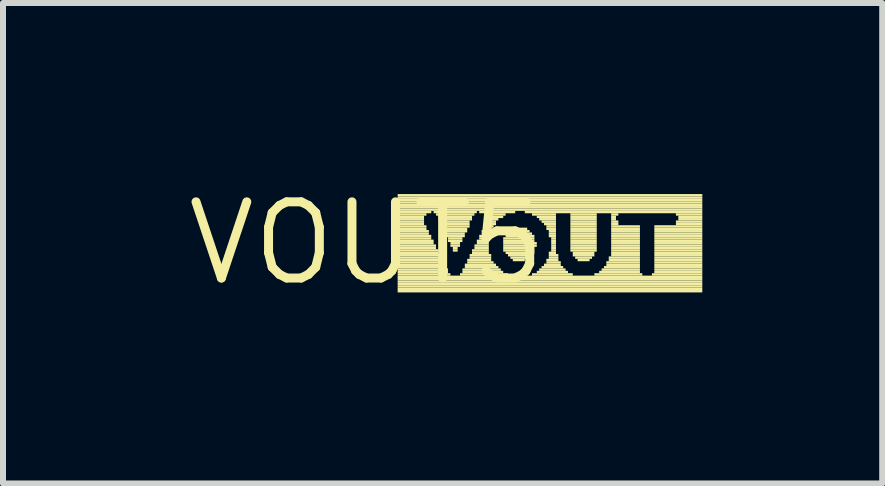
<source format=kicad_pcb>
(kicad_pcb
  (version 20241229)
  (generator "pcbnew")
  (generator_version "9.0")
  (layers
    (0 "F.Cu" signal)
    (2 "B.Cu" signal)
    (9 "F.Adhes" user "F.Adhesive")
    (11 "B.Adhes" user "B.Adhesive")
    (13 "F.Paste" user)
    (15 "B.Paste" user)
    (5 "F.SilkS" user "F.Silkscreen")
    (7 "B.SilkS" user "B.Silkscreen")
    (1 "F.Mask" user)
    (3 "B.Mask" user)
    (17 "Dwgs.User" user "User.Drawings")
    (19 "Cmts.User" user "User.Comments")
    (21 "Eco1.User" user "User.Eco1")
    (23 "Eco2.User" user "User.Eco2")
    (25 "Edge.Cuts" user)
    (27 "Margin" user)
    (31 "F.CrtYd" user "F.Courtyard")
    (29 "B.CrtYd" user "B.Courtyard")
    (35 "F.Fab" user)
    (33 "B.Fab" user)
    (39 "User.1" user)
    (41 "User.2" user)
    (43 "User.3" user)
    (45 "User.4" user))
  (footprint "VOUT5"
    (layer "F.Cu")
    (at 3.061 1.006)
    (property "Reference" "VOUT5" (at 0 0 0) (layer "F.SilkS") (effects (font (size 1.27 1.27) (thickness 0.15))))
    (fp_poly (pts (xy 0.52 -0.78) (xy 5.6 -0.78) (xy 5.6 -0.82) (xy 0.52 -0.82)) (stroke (width 0) (type solid)) (fill yes) (layer "F.SilkS"))
    (fp_poly (pts (xy 0.52 -0.74) (xy 5.6 -0.74) (xy 5.6 -0.78) (xy 0.52 -0.78)) (stroke (width 0) (type solid)) (fill yes) (layer "F.SilkS"))
    (fp_poly (pts (xy 0.52 -0.7) (xy 5.6 -0.7) (xy 5.6 -0.74) (xy 0.52 -0.74)) (stroke (width 0) (type solid)) (fill yes) (layer "F.SilkS"))
    (fp_poly (pts (xy 0.52 -0.66) (xy 5.6 -0.66) (xy 5.6 -0.7) (xy 0.52 -0.7)) (stroke (width 0) (type solid)) (fill yes) (layer "F.SilkS"))
    (fp_poly (pts (xy 0.52 -0.62) (xy 5.6 -0.62) (xy 5.6 -0.66) (xy 0.52 -0.66)) (stroke (width 0) (type solid)) (fill yes) (layer "F.SilkS"))
    (fp_poly (pts (xy 0.52 -0.58) (xy 5.6 -0.58) (xy 5.6 -0.62) (xy 0.52 -0.62)) (stroke (width 0) (type solid)) (fill yes) (layer "F.SilkS"))
    (fp_poly (pts (xy 0.52 -0.54) (xy 5.6 -0.54) (xy 5.6 -0.58) (xy 0.52 -0.58)) (stroke (width 0) (type solid)) (fill yes) (layer "F.SilkS"))
    (fp_poly (pts (xy 0.52 -0.5) (xy 1.08 -0.5) (xy 1.08 -0.54) (xy 0.52 -0.54)) (stroke (width 0) (type solid)) (fill yes) (layer "F.SilkS"))
    (fp_poly (pts (xy 0.52 -0.46) (xy 1 -0.46) (xy 1 -0.5) (xy 0.52 -0.5)) (stroke (width 0) (type solid)) (fill yes) (layer "F.SilkS"))
    (fp_poly (pts (xy 0.52 -0.42) (xy 0.96 -0.42) (xy 0.96 -0.46) (xy 0.52 -0.46)) (stroke (width 0) (type solid)) (fill yes) (layer "F.SilkS"))
    (fp_poly (pts (xy 0.52 -0.38) (xy 0.96 -0.38) (xy 0.96 -0.42) (xy 0.52 -0.42)) (stroke (width 0) (type solid)) (fill yes) (layer "F.SilkS"))
    (fp_poly (pts (xy 0.52 -0.34) (xy 0.96 -0.34) (xy 0.96 -0.38) (xy 0.52 -0.38)) (stroke (width 0) (type solid)) (fill yes) (layer "F.SilkS"))
    (fp_poly (pts (xy 0.52 -0.3) (xy 0.96 -0.3) (xy 0.96 -0.34) (xy 0.52 -0.34)) (stroke (width 0) (type solid)) (fill yes) (layer "F.SilkS"))
    (fp_poly (pts (xy 0.52 -0.26) (xy 1 -0.26) (xy 1 -0.3) (xy 0.52 -0.3)) (stroke (width 0) (type solid)) (fill yes) (layer "F.SilkS"))
    (fp_poly (pts (xy 0.52 -0.22) (xy 1 -0.22) (xy 1 -0.26) (xy 0.52 -0.26)) (stroke (width 0) (type solid)) (fill yes) (layer "F.SilkS"))
    (fp_poly (pts (xy 0.52 -0.18) (xy 1.04 -0.18) (xy 1.04 -0.22) (xy 0.52 -0.22)) (stroke (width 0) (type solid)) (fill yes) (layer "F.SilkS"))
    (fp_poly (pts (xy 0.52 -0.14) (xy 1.04 -0.14) (xy 1.04 -0.18) (xy 0.52 -0.18)) (stroke (width 0) (type solid)) (fill yes) (layer "F.SilkS"))
    (fp_poly (pts (xy 0.52 -0.1) (xy 1.08 -0.1) (xy 1.08 -0.14) (xy 0.52 -0.14)) (stroke (width 0) (type solid)) (fill yes) (layer "F.SilkS"))
    (fp_poly (pts (xy 0.52 -0.06) (xy 1.08 -0.06) (xy 1.08 -0.1) (xy 0.52 -0.1)) (stroke (width 0) (type solid)) (fill yes) (layer "F.SilkS"))
    (fp_poly (pts (xy 0.52 -0.02) (xy 1.12 -0.02) (xy 1.12 -0.06) (xy 0.52 -0.06)) (stroke (width 0) (type solid)) (fill yes) (layer "F.SilkS"))
    (fp_poly (pts (xy 0.52 0.02) (xy 1.12 0.02) (xy 1.12 -0.02) (xy 0.52 -0.02)) (stroke (width 0) (type solid)) (fill yes) (layer "F.SilkS"))
    (fp_poly (pts (xy 0.52 0.06) (xy 1.16 0.06) (xy 1.16 0.02) (xy 0.52 0.02)) (stroke (width 0) (type solid)) (fill yes) (layer "F.SilkS"))
    (fp_poly (pts (xy 0.52 0.1) (xy 1.16 0.1) (xy 1.16 0.06) (xy 0.52 0.06)) (stroke (width 0) (type solid)) (fill yes) (layer "F.SilkS"))
    (fp_poly (pts (xy 0.52 0.14) (xy 1.2 0.14) (xy 1.2 0.1) (xy 0.52 0.1)) (stroke (width 0) (type solid)) (fill yes) (layer "F.SilkS"))
    (fp_poly (pts (xy 0.52 0.18) (xy 1.2 0.18) (xy 1.2 0.14) (xy 0.52 0.14)) (stroke (width 0) (type solid)) (fill yes) (layer "F.SilkS"))
    (fp_poly (pts (xy 0.52 0.22) (xy 1.24 0.22) (xy 1.24 0.18) (xy 0.52 0.18)) (stroke (width 0) (type solid)) (fill yes) (layer "F.SilkS"))
    (fp_poly (pts (xy 0.52 0.26) (xy 1.24 0.26) (xy 1.24 0.22) (xy 0.52 0.22)) (stroke (width 0) (type solid)) (fill yes) (layer "F.SilkS"))
    (fp_poly (pts (xy 0.52 0.3) (xy 1.28 0.3) (xy 1.28 0.26) (xy 0.52 0.26)) (stroke (width 0) (type solid)) (fill yes) (layer "F.SilkS"))
    (fp_poly (pts (xy 0.52 0.34) (xy 1.28 0.34) (xy 1.28 0.3) (xy 0.52 0.3)) (stroke (width 0) (type solid)) (fill yes) (layer "F.SilkS"))
    (fp_poly (pts (xy 0.52 0.38) (xy 1.32 0.38) (xy 1.32 0.34) (xy 0.52 0.34)) (stroke (width 0) (type solid)) (fill yes) (layer "F.SilkS"))
    (fp_poly (pts (xy 0.52 0.42) (xy 1.32 0.42) (xy 1.32 0.38) (xy 0.52 0.38)) (stroke (width 0) (type solid)) (fill yes) (layer "F.SilkS"))
    (fp_poly (pts (xy 0.52 0.46) (xy 1.36 0.46) (xy 1.36 0.42) (xy 0.52 0.42)) (stroke (width 0) (type solid)) (fill yes) (layer "F.SilkS"))
    (fp_poly (pts (xy 0.52 0.5) (xy 1.36 0.5) (xy 1.36 0.46) (xy 0.52 0.46)) (stroke (width 0) (type solid)) (fill yes) (layer "F.SilkS"))
    (fp_poly (pts (xy 0.52 0.54) (xy 1.4 0.54) (xy 1.4 0.5) (xy 0.52 0.5)) (stroke (width 0) (type solid)) (fill yes) (layer "F.SilkS"))
    (fp_poly (pts (xy 0.52 0.58) (xy 5.6 0.58) (xy 5.6 0.54) (xy 0.52 0.54)) (stroke (width 0) (type solid)) (fill yes) (layer "F.SilkS"))
    (fp_poly (pts (xy 0.52 0.62) (xy 5.6 0.62) (xy 5.6 0.58) (xy 0.52 0.58)) (stroke (width 0) (type solid)) (fill yes) (layer "F.SilkS"))
    (fp_poly (pts (xy 0.52 0.66) (xy 5.6 0.66) (xy 5.6 0.62) (xy 0.52 0.62)) (stroke (width 0) (type solid)) (fill yes) (layer "F.SilkS"))
    (fp_poly (pts (xy 0.52 0.7) (xy 5.6 0.7) (xy 5.6 0.66) (xy 0.52 0.66)) (stroke (width 0) (type solid)) (fill yes) (layer "F.SilkS"))
    (fp_poly (pts (xy 0.52 0.74) (xy 5.6 0.74) (xy 5.6 0.7) (xy 0.52 0.7)) (stroke (width 0) (type solid)) (fill yes) (layer "F.SilkS"))
    (fp_poly (pts (xy 0.52 0.78) (xy 5.6 0.78) (xy 5.6 0.74) (xy 0.52 0.74)) (stroke (width 0) (type solid)) (fill yes) (layer "F.SilkS"))
    (fp_poly (pts (xy 0.52 0.82) (xy 5.6 0.82) (xy 5.6 0.78) (xy 0.52 0.78)) (stroke (width 0) (type solid)) (fill yes) (layer "F.SilkS"))
    (fp_poly (pts (xy 1.12 -0.5) (xy 1.84 -0.5) (xy 1.84 -0.54) (xy 1.12 -0.54)) (stroke (width 0) (type solid)) (fill yes) (layer "F.SilkS"))
    (fp_poly (pts (xy 1.16 -0.46) (xy 1.8 -0.46) (xy 1.8 -0.5) (xy 1.16 -0.5)) (stroke (width 0) (type solid)) (fill yes) (layer "F.SilkS"))
    (fp_poly (pts (xy 1.2 -0.42) (xy 1.76 -0.42) (xy 1.76 -0.46) (xy 1.2 -0.46)) (stroke (width 0) (type solid)) (fill yes) (layer "F.SilkS"))
    (fp_poly (pts (xy 1.2 -0.38) (xy 1.76 -0.38) (xy 1.76 -0.42) (xy 1.2 -0.42)) (stroke (width 0) (type solid)) (fill yes) (layer "F.SilkS"))
    (fp_poly (pts (xy 1.24 -0.34) (xy 1.72 -0.34) (xy 1.72 -0.38) (xy 1.24 -0.38)) (stroke (width 0) (type solid)) (fill yes) (layer "F.SilkS"))
    (fp_poly (pts (xy 1.24 -0.3) (xy 1.72 -0.3) (xy 1.72 -0.34) (xy 1.24 -0.34)) (stroke (width 0) (type solid)) (fill yes) (layer "F.SilkS"))
    (fp_poly (pts (xy 1.28 -0.26) (xy 1.72 -0.26) (xy 1.72 -0.3) (xy 1.28 -0.3)) (stroke (width 0) (type solid)) (fill yes) (layer "F.SilkS"))
    (fp_poly (pts (xy 1.28 -0.22) (xy 1.68 -0.22) (xy 1.68 -0.26) (xy 1.28 -0.26)) (stroke (width 0) (type solid)) (fill yes) (layer "F.SilkS"))
    (fp_poly (pts (xy 1.32 -0.18) (xy 1.68 -0.18) (xy 1.68 -0.22) (xy 1.32 -0.22)) (stroke (width 0) (type solid)) (fill yes) (layer "F.SilkS"))
    (fp_poly (pts (xy 1.32 -0.14) (xy 1.64 -0.14) (xy 1.64 -0.18) (xy 1.32 -0.18)) (stroke (width 0) (type solid)) (fill yes) (layer "F.SilkS"))
    (fp_poly (pts (xy 1.32 -0.1) (xy 1.64 -0.1) (xy 1.64 -0.14) (xy 1.32 -0.14)) (stroke (width 0) (type solid)) (fill yes) (layer "F.SilkS"))
    (fp_poly (pts (xy 1.36 -0.06) (xy 1.6 -0.06) (xy 1.6 -0.1) (xy 1.36 -0.1)) (stroke (width 0) (type solid)) (fill yes) (layer "F.SilkS"))
    (fp_poly (pts (xy 1.36 -0.02) (xy 1.6 -0.02) (xy 1.6 -0.06) (xy 1.36 -0.06)) (stroke (width 0) (type solid)) (fill yes) (layer "F.SilkS"))
    (fp_poly (pts (xy 1.4 0.02) (xy 1.56 0.02) (xy 1.56 -0.02) (xy 1.4 -0.02)) (stroke (width 0) (type solid)) (fill yes) (layer "F.SilkS"))
    (fp_poly (pts (xy 1.4 0.06) (xy 1.56 0.06) (xy 1.56 0.02) (xy 1.4 0.02)) (stroke (width 0) (type solid)) (fill yes) (layer "F.SilkS"))
    (fp_poly (pts (xy 1.44 0.1) (xy 1.52 0.1) (xy 1.52 0.06) (xy 1.44 0.06)) (stroke (width 0) (type solid)) (fill yes) (layer "F.SilkS"))
    (fp_poly (pts (xy 1.44 0.14) (xy 1.52 0.14) (xy 1.52 0.1) (xy 1.44 0.1)) (stroke (width 0) (type solid)) (fill yes) (layer "F.SilkS"))
    (fp_poly (pts (xy 1.56 0.54) (xy 2.36 0.54) (xy 2.36 0.5) (xy 1.56 0.5)) (stroke (width 0) (type solid)) (fill yes) (layer "F.SilkS"))
    (fp_poly (pts (xy 1.6 0.46) (xy 2.24 0.46) (xy 2.24 0.42) (xy 1.6 0.42)) (stroke (width 0) (type solid)) (fill yes) (layer "F.SilkS"))
    (fp_poly (pts (xy 1.6 0.5) (xy 2.28 0.5) (xy 2.28 0.46) (xy 1.6 0.46)) (stroke (width 0) (type solid)) (fill yes) (layer "F.SilkS"))
    (fp_poly (pts (xy 1.64 0.38) (xy 2.16 0.38) (xy 2.16 0.34) (xy 1.64 0.34)) (stroke (width 0) (type solid)) (fill yes) (layer "F.SilkS"))
    (fp_poly (pts (xy 1.64 0.42) (xy 2.2 0.42) (xy 2.2 0.38) (xy 1.64 0.38)) (stroke (width 0) (type solid)) (fill yes) (layer "F.SilkS"))
    (fp_poly (pts (xy 1.68 0.3) (xy 2.08 0.3) (xy 2.08 0.26) (xy 1.68 0.26)) (stroke (width 0) (type solid)) (fill yes) (layer "F.SilkS"))
    (fp_poly (pts (xy 1.68 0.34) (xy 2.12 0.34) (xy 2.12 0.3) (xy 1.68 0.3)) (stroke (width 0) (type solid)) (fill yes) (layer "F.SilkS"))
    (fp_poly (pts (xy 1.72 0.22) (xy 2.08 0.22) (xy 2.08 0.18) (xy 1.72 0.18)) (stroke (width 0) (type solid)) (fill yes) (layer "F.SilkS"))
    (fp_poly (pts (xy 1.72 0.26) (xy 2.08 0.26) (xy 2.08 0.22) (xy 1.72 0.22)) (stroke (width 0) (type solid)) (fill yes) (layer "F.SilkS"))
    (fp_poly (pts (xy 1.76 0.14) (xy 2.04 0.14) (xy 2.04 0.1) (xy 1.76 0.1)) (stroke (width 0) (type solid)) (fill yes) (layer "F.SilkS"))
    (fp_poly (pts (xy 1.76 0.18) (xy 2.04 0.18) (xy 2.04 0.14) (xy 1.76 0.14)) (stroke (width 0) (type solid)) (fill yes) (layer "F.SilkS"))
    (fp_poly (pts (xy 1.8 0.06) (xy 2.04 0.06) (xy 2.04 0.02) (xy 1.8 0.02)) (stroke (width 0) (type solid)) (fill yes) (layer "F.SilkS"))
    (fp_poly (pts (xy 1.8 0.1) (xy 2.04 0.1) (xy 2.04 0.06) (xy 1.8 0.06)) (stroke (width 0) (type solid)) (fill yes) (layer "F.SilkS"))
    (fp_poly (pts (xy 1.84 -0.02) (xy 2.04 -0.02) (xy 2.04 -0.06) (xy 1.84 -0.06)) (stroke (width 0) (type solid)) (fill yes) (layer "F.SilkS"))
    (fp_poly (pts (xy 1.84 0.02) (xy 2.04 0.02) (xy 2.04 -0.02) (xy 1.84 -0.02)) (stroke (width 0) (type solid)) (fill yes) (layer "F.SilkS"))
    (fp_poly (pts (xy 1.88 -0.5) (xy 2.48 -0.5) (xy 2.48 -0.54) (xy 1.88 -0.54)) (stroke (width 0) (type solid)) (fill yes) (layer "F.SilkS"))
    (fp_poly (pts (xy 1.88 -0.1) (xy 2.04 -0.1) (xy 2.04 -0.14) (xy 1.88 -0.14)) (stroke (width 0) (type solid)) (fill yes) (layer "F.SilkS"))
    (fp_poly (pts (xy 1.88 -0.06) (xy 2.04 -0.06) (xy 2.04 -0.1) (xy 1.88 -0.1)) (stroke (width 0) (type solid)) (fill yes) (layer "F.SilkS"))
    (fp_poly (pts (xy 1.92 -0.18) (xy 2.08 -0.18) (xy 2.08 -0.22) (xy 1.92 -0.22)) (stroke (width 0) (type solid)) (fill yes) (layer "F.SilkS"))
    (fp_poly (pts (xy 1.92 -0.14) (xy 2.08 -0.14) (xy 2.08 -0.18) (xy 1.92 -0.18)) (stroke (width 0) (type solid)) (fill yes) (layer "F.SilkS"))
    (fp_poly (pts (xy 1.96 -0.46) (xy 2.32 -0.46) (xy 2.32 -0.5) (xy 1.96 -0.5)) (stroke (width 0) (type solid)) (fill yes) (layer "F.SilkS"))
    (fp_poly (pts (xy 1.96 -0.26) (xy 2.12 -0.26) (xy 2.12 -0.3) (xy 1.96 -0.3)) (stroke (width 0) (type solid)) (fill yes) (layer "F.SilkS"))
    (fp_poly (pts (xy 1.96 -0.22) (xy 2.08 -0.22) (xy 2.08 -0.26) (xy 1.96 -0.26)) (stroke (width 0) (type solid)) (fill yes) (layer "F.SilkS"))
    (fp_poly (pts (xy 2 -0.42) (xy 2.28 -0.42) (xy 2.28 -0.46) (xy 2 -0.46)) (stroke (width 0) (type solid)) (fill yes) (layer "F.SilkS"))
    (fp_poly (pts (xy 2 -0.34) (xy 2.16 -0.34) (xy 2.16 -0.38) (xy 2 -0.38)) (stroke (width 0) (type solid)) (fill yes) (layer "F.SilkS"))
    (fp_poly (pts (xy 2 -0.3) (xy 2.16 -0.3) (xy 2.16 -0.34) (xy 2 -0.34)) (stroke (width 0) (type solid)) (fill yes) (layer "F.SilkS"))
    (fp_poly (pts (xy 2.04 -0.38) (xy 2.2 -0.38) (xy 2.2 -0.42) (xy 2.04 -0.42)) (stroke (width 0) (type solid)) (fill yes) (layer "F.SilkS"))
    (fp_poly (pts (xy 2.28 -0.06) (xy 2.8 -0.06) (xy 2.8 -0.1) (xy 2.28 -0.1)) (stroke (width 0) (type solid)) (fill yes) (layer "F.SilkS"))
    (fp_poly (pts (xy 2.28 -0.02) (xy 2.8 -0.02) (xy 2.8 -0.06) (xy 2.28 -0.06)) (stroke (width 0) (type solid)) (fill yes) (layer "F.SilkS"))
    (fp_poly (pts (xy 2.28 0.02) (xy 2.84 0.02) (xy 2.84 -0.02) (xy 2.28 -0.02)) (stroke (width 0) (type solid)) (fill yes) (layer "F.SilkS"))
    (fp_poly (pts (xy 2.28 0.06) (xy 2.84 0.06) (xy 2.84 0.02) (xy 2.28 0.02)) (stroke (width 0) (type solid)) (fill yes) (layer "F.SilkS"))
    (fp_poly (pts (xy 2.28 0.1) (xy 2.8 0.1) (xy 2.8 0.06) (xy 2.28 0.06)) (stroke (width 0) (type solid)) (fill yes) (layer "F.SilkS"))
    (fp_poly (pts (xy 2.28 0.14) (xy 2.8 0.14) (xy 2.8 0.1) (xy 2.28 0.1)) (stroke (width 0) (type solid)) (fill yes) (layer "F.SilkS"))
    (fp_poly (pts (xy 2.32 -0.14) (xy 2.76 -0.14) (xy 2.76 -0.18) (xy 2.32 -0.18)) (stroke (width 0) (type solid)) (fill yes) (layer "F.SilkS"))
    (fp_poly (pts (xy 2.32 -0.1) (xy 2.8 -0.1) (xy 2.8 -0.14) (xy 2.32 -0.14)) (stroke (width 0) (type solid)) (fill yes) (layer "F.SilkS"))
    (fp_poly (pts (xy 2.32 0.18) (xy 2.8 0.18) (xy 2.8 0.14) (xy 2.32 0.14)) (stroke (width 0) (type solid)) (fill yes) (layer "F.SilkS"))
    (fp_poly (pts (xy 2.36 -0.18) (xy 2.72 -0.18) (xy 2.72 -0.22) (xy 2.36 -0.22)) (stroke (width 0) (type solid)) (fill yes) (layer "F.SilkS"))
    (fp_poly (pts (xy 2.36 0.22) (xy 2.76 0.22) (xy 2.76 0.18) (xy 2.36 0.18)) (stroke (width 0) (type solid)) (fill yes) (layer "F.SilkS"))
    (fp_poly (pts (xy 2.4 0.26) (xy 2.72 0.26) (xy 2.72 0.22) (xy 2.4 0.22)) (stroke (width 0) (type solid)) (fill yes) (layer "F.SilkS"))
    (fp_poly (pts (xy 2.44 -0.22) (xy 2.68 -0.22) (xy 2.68 -0.26) (xy 2.44 -0.26)) (stroke (width 0) (type solid)) (fill yes) (layer "F.SilkS"))
    (fp_poly (pts (xy 2.44 0.3) (xy 2.64 0.3) (xy 2.64 0.26) (xy 2.44 0.26)) (stroke (width 0) (type solid)) (fill yes) (layer "F.SilkS"))
    (fp_poly (pts (xy 2.64 -0.5) (xy 5.6 -0.5) (xy 5.6 -0.54) (xy 2.64 -0.54)) (stroke (width 0) (type solid)) (fill yes) (layer "F.SilkS"))
    (fp_poly (pts (xy 2.76 -0.46) (xy 3.16 -0.46) (xy 3.16 -0.5) (xy 2.76 -0.5)) (stroke (width 0) (type solid)) (fill yes) (layer "F.SilkS"))
    (fp_poly (pts (xy 2.76 0.54) (xy 3.44 0.54) (xy 3.44 0.5) (xy 2.76 0.5)) (stroke (width 0) (type solid)) (fill yes) (layer "F.SilkS"))
    (fp_poly (pts (xy 2.84 -0.42) (xy 3.16 -0.42) (xy 3.16 -0.46) (xy 2.84 -0.46)) (stroke (width 0) (type solid)) (fill yes) (layer "F.SilkS"))
    (fp_poly (pts (xy 2.84 0.5) (xy 3.36 0.5) (xy 3.36 0.46) (xy 2.84 0.46)) (stroke (width 0) (type solid)) (fill yes) (layer "F.SilkS"))
    (fp_poly (pts (xy 2.88 -0.38) (xy 3.16 -0.38) (xy 3.16 -0.42) (xy 2.88 -0.42)) (stroke (width 0) (type solid)) (fill yes) (layer "F.SilkS"))
    (fp_poly (pts (xy 2.88 0.46) (xy 3.32 0.46) (xy 3.32 0.42) (xy 2.88 0.42)) (stroke (width 0) (type solid)) (fill yes) (layer "F.SilkS"))
    (fp_poly (pts (xy 2.92 -0.34) (xy 3.16 -0.34) (xy 3.16 -0.38) (xy 2.92 -0.38)) (stroke (width 0) (type solid)) (fill yes) (layer "F.SilkS"))
    (fp_poly (pts (xy 2.92 0.42) (xy 3.28 0.42) (xy 3.28 0.38) (xy 2.92 0.38)) (stroke (width 0) (type solid)) (fill yes) (layer "F.SilkS"))
    (fp_poly (pts (xy 2.96 -0.3) (xy 3.16 -0.3) (xy 3.16 -0.34) (xy 2.96 -0.34)) (stroke (width 0) (type solid)) (fill yes) (layer "F.SilkS"))
    (fp_poly (pts (xy 2.96 0.38) (xy 3.24 0.38) (xy 3.24 0.34) (xy 2.96 0.34)) (stroke (width 0) (type solid)) (fill yes) (layer "F.SilkS"))
    (fp_poly (pts (xy 3 -0.26) (xy 3.16 -0.26) (xy 3.16 -0.3) (xy 3 -0.3)) (stroke (width 0) (type solid)) (fill yes) (layer "F.SilkS"))
    (fp_poly (pts (xy 3 -0.22) (xy 3.16 -0.22) (xy 3.16 -0.26) (xy 3 -0.26)) (stroke (width 0) (type solid)) (fill yes) (layer "F.SilkS"))
    (fp_poly (pts (xy 3 0.3) (xy 3.2 0.3) (xy 3.2 0.26) (xy 3 0.26)) (stroke (width 0) (type solid)) (fill yes) (layer "F.SilkS"))
    (fp_poly (pts (xy 3 0.34) (xy 3.24 0.34) (xy 3.24 0.3) (xy 3 0.3)) (stroke (width 0) (type solid)) (fill yes) (layer "F.SilkS"))
    (fp_poly (pts (xy 3.04 -0.18) (xy 3.16 -0.18) (xy 3.16 -0.22) (xy 3.04 -0.22)) (stroke (width 0) (type solid)) (fill yes) (layer "F.SilkS"))
    (fp_poly (pts (xy 3.04 -0.14) (xy 3.16 -0.14) (xy 3.16 -0.18) (xy 3.04 -0.18)) (stroke (width 0) (type solid)) (fill yes) (layer "F.SilkS"))
    (fp_poly (pts (xy 3.04 -0.1) (xy 3.16 -0.1) (xy 3.16 -0.14) (xy 3.04 -0.14)) (stroke (width 0) (type solid)) (fill yes) (layer "F.SilkS"))
    (fp_poly (pts (xy 3.04 0.18) (xy 3.16 0.18) (xy 3.16 0.14) (xy 3.04 0.14)) (stroke (width 0) (type solid)) (fill yes) (layer "F.SilkS"))
    (fp_poly (pts (xy 3.04 0.22) (xy 3.2 0.22) (xy 3.2 0.18) (xy 3.04 0.18)) (stroke (width 0) (type solid)) (fill yes) (layer "F.SilkS"))
    (fp_poly (pts (xy 3.04 0.26) (xy 3.2 0.26) (xy 3.2 0.22) (xy 3.04 0.22)) (stroke (width 0) (type solid)) (fill yes) (layer "F.SilkS"))
    (fp_poly (pts (xy 3.08 -0.06) (xy 3.16 -0.06) (xy 3.16 -0.1) (xy 3.08 -0.1)) (stroke (width 0) (type solid)) (fill yes) (layer "F.SilkS"))
    (fp_poly (pts (xy 3.08 -0.02) (xy 3.16 -0.02) (xy 3.16 -0.06) (xy 3.08 -0.06)) (stroke (width 0) (type solid)) (fill yes) (layer "F.SilkS"))
    (fp_poly (pts (xy 3.08 0.02) (xy 3.16 0.02) (xy 3.16 -0.02) (xy 3.08 -0.02)) (stroke (width 0) (type solid)) (fill yes) (layer "F.SilkS"))
    (fp_poly (pts (xy 3.08 0.06) (xy 3.16 0.06) (xy 3.16 0.02) (xy 3.08 0.02)) (stroke (width 0) (type solid)) (fill yes) (layer "F.SilkS"))
    (fp_poly (pts (xy 3.08 0.1) (xy 3.16 0.1) (xy 3.16 0.06) (xy 3.08 0.06)) (stroke (width 0) (type solid)) (fill yes) (layer "F.SilkS"))
    (fp_poly (pts (xy 3.08 0.14) (xy 3.16 0.14) (xy 3.16 0.1) (xy 3.08 0.1)) (stroke (width 0) (type solid)) (fill yes) (layer "F.SilkS"))
    (fp_poly (pts (xy 3.4 -0.46) (xy 3.84 -0.46) (xy 3.84 -0.5) (xy 3.4 -0.5)) (stroke (width 0) (type solid)) (fill yes) (layer "F.SilkS"))
    (fp_poly (pts (xy 3.4 -0.42) (xy 3.84 -0.42) (xy 3.84 -0.46) (xy 3.4 -0.46)) (stroke (width 0) (type solid)) (fill yes) (layer "F.SilkS"))
    (fp_poly (pts (xy 3.4 -0.38) (xy 3.84 -0.38) (xy 3.84 -0.42) (xy 3.4 -0.42)) (stroke (width 0) (type solid)) (fill yes) (layer "F.SilkS"))
    (fp_poly (pts (xy 3.4 -0.34) (xy 3.84 -0.34) (xy 3.84 -0.38) (xy 3.4 -0.38)) (stroke (width 0) (type solid)) (fill yes) (layer "F.SilkS"))
    (fp_poly (pts (xy 3.4 -0.3) (xy 3.84 -0.3) (xy 3.84 -0.34) (xy 3.4 -0.34)) (stroke (width 0) (type solid)) (fill yes) (layer "F.SilkS"))
    (fp_poly (pts (xy 3.4 -0.26) (xy 3.84 -0.26) (xy 3.84 -0.3) (xy 3.4 -0.3)) (stroke (width 0) (type solid)) (fill yes) (layer "F.SilkS"))
    (fp_poly (pts (xy 3.4 -0.22) (xy 3.84 -0.22) (xy 3.84 -0.26) (xy 3.4 -0.26)) (stroke (width 0) (type solid)) (fill yes) (layer "F.SilkS"))
    (fp_poly (pts (xy 3.4 -0.18) (xy 3.84 -0.18) (xy 3.84 -0.22) (xy 3.4 -0.22)) (stroke (width 0) (type solid)) (fill yes) (layer "F.SilkS"))
    (fp_poly (pts (xy 3.4 -0.14) (xy 3.84 -0.14) (xy 3.84 -0.18) (xy 3.4 -0.18)) (stroke (width 0) (type solid)) (fill yes) (layer "F.SilkS"))
    (fp_poly (pts (xy 3.4 -0.1) (xy 3.84 -0.1) (xy 3.84 -0.14) (xy 3.4 -0.14)) (stroke (width 0) (type solid)) (fill yes) (layer "F.SilkS"))
    (fp_poly (pts (xy 3.4 -0.06) (xy 3.84 -0.06) (xy 3.84 -0.1) (xy 3.4 -0.1)) (stroke (width 0) (type solid)) (fill yes) (layer "F.SilkS"))
    (fp_poly (pts (xy 3.4 -0.02) (xy 3.84 -0.02) (xy 3.84 -0.06) (xy 3.4 -0.06)) (stroke (width 0) (type solid)) (fill yes) (layer "F.SilkS"))
    (fp_poly (pts (xy 3.4 0.02) (xy 3.84 0.02) (xy 3.84 -0.02) (xy 3.4 -0.02)) (stroke (width 0) (type solid)) (fill yes) (layer "F.SilkS"))
    (fp_poly (pts (xy 3.4 0.06) (xy 3.84 0.06) (xy 3.84 0.02) (xy 3.4 0.02)) (stroke (width 0) (type solid)) (fill yes) (layer "F.SilkS"))
    (fp_poly (pts (xy 3.4 0.1) (xy 3.84 0.1) (xy 3.84 0.06) (xy 3.4 0.06)) (stroke (width 0) (type solid)) (fill yes) (layer "F.SilkS"))
    (fp_poly (pts (xy 3.4 0.14) (xy 3.84 0.14) (xy 3.84 0.1) (xy 3.4 0.1)) (stroke (width 0) (type solid)) (fill yes) (layer "F.SilkS"))
    (fp_poly (pts (xy 3.44 0.18) (xy 3.8 0.18) (xy 3.8 0.14) (xy 3.44 0.14)) (stroke (width 0) (type solid)) (fill yes) (layer "F.SilkS"))
    (fp_poly (pts (xy 3.44 0.22) (xy 3.8 0.22) (xy 3.8 0.18) (xy 3.44 0.18)) (stroke (width 0) (type solid)) (fill yes) (layer "F.SilkS"))
    (fp_poly (pts (xy 3.48 0.26) (xy 3.76 0.26) (xy 3.76 0.22) (xy 3.48 0.22)) (stroke (width 0) (type solid)) (fill yes) (layer "F.SilkS"))
    (fp_poly (pts (xy 3.52 0.3) (xy 3.72 0.3) (xy 3.72 0.26) (xy 3.52 0.26)) (stroke (width 0) (type solid)) (fill yes) (layer "F.SilkS"))
    (fp_poly (pts (xy 3.8 0.54) (xy 4.6 0.54) (xy 4.6 0.5) (xy 3.8 0.5)) (stroke (width 0) (type solid)) (fill yes) (layer "F.SilkS"))
    (fp_poly (pts (xy 3.88 0.5) (xy 4.56 0.5) (xy 4.56 0.46) (xy 3.88 0.46)) (stroke (width 0) (type solid)) (fill yes) (layer "F.SilkS"))
    (fp_poly (pts (xy 3.92 0.46) (xy 4.56 0.46) (xy 4.56 0.42) (xy 3.92 0.42)) (stroke (width 0) (type solid)) (fill yes) (layer "F.SilkS"))
    (fp_poly (pts (xy 3.96 0.42) (xy 4.56 0.42) (xy 4.56 0.38) (xy 3.96 0.38)) (stroke (width 0) (type solid)) (fill yes) (layer "F.SilkS"))
    (fp_poly (pts (xy 4 0.34) (xy 4.56 0.34) (xy 4.56 0.3) (xy 4 0.3)) (stroke (width 0) (type solid)) (fill yes) (layer "F.SilkS"))
    (fp_poly (pts (xy 4 0.38) (xy 4.56 0.38) (xy 4.56 0.34) (xy 4 0.34)) (stroke (width 0) (type solid)) (fill yes) (layer "F.SilkS"))
    (fp_poly (pts (xy 4.04 0.26) (xy 4.56 0.26) (xy 4.56 0.22) (xy 4.04 0.22)) (stroke (width 0) (type solid)) (fill yes) (layer "F.SilkS"))
    (fp_poly (pts (xy 4.04 0.3) (xy 4.56 0.3) (xy 4.56 0.26) (xy 4.04 0.26)) (stroke (width 0) (type solid)) (fill yes) (layer "F.SilkS"))
    (fp_poly (pts (xy 4.08 -0.46) (xy 4.2 -0.46) (xy 4.2 -0.5) (xy 4.08 -0.5)) (stroke (width 0) (type solid)) (fill yes) (layer "F.SilkS"))
    (fp_poly (pts (xy 4.08 -0.42) (xy 4.16 -0.42) (xy 4.16 -0.46) (xy 4.08 -0.46)) (stroke (width 0) (type solid)) (fill yes) (layer "F.SilkS"))
    (fp_poly (pts (xy 4.08 -0.38) (xy 4.16 -0.38) (xy 4.16 -0.42) (xy 4.08 -0.42)) (stroke (width 0) (type solid)) (fill yes) (layer "F.SilkS"))
    (fp_poly (pts (xy 4.08 -0.34) (xy 4.2 -0.34) (xy 4.2 -0.38) (xy 4.08 -0.38)) (stroke (width 0) (type solid)) (fill yes) (layer "F.SilkS"))
    (fp_poly (pts (xy 4.08 -0.3) (xy 4.2 -0.3) (xy 4.2 -0.34) (xy 4.08 -0.34)) (stroke (width 0) (type solid)) (fill yes) (layer "F.SilkS"))
    (fp_poly (pts (xy 4.08 -0.26) (xy 4.56 -0.26) (xy 4.56 -0.3) (xy 4.08 -0.3)) (stroke (width 0) (type solid)) (fill yes) (layer "F.SilkS"))
    (fp_poly (pts (xy 4.08 -0.22) (xy 4.56 -0.22) (xy 4.56 -0.26) (xy 4.08 -0.26)) (stroke (width 0) (type solid)) (fill yes) (layer "F.SilkS"))
    (fp_poly (pts (xy 4.08 -0.18) (xy 4.56 -0.18) (xy 4.56 -0.22) (xy 4.08 -0.22)) (stroke (width 0) (type solid)) (fill yes) (layer "F.SilkS"))
    (fp_poly (pts (xy 4.08 -0.14) (xy 4.56 -0.14) (xy 4.56 -0.18) (xy 4.08 -0.18)) (stroke (width 0) (type solid)) (fill yes) (layer "F.SilkS"))
    (fp_poly (pts (xy 4.08 -0.1) (xy 4.56 -0.1) (xy 4.56 -0.14) (xy 4.08 -0.14)) (stroke (width 0) (type solid)) (fill yes) (layer "F.SilkS"))
    (fp_poly (pts (xy 4.08 -0.06) (xy 4.56 -0.06) (xy 4.56 -0.1) (xy 4.08 -0.1)) (stroke (width 0) (type solid)) (fill yes) (layer "F.SilkS"))
    (fp_poly (pts (xy 4.08 -0.02) (xy 4.56 -0.02) (xy 4.56 -0.06) (xy 4.08 -0.06)) (stroke (width 0) (type solid)) (fill yes) (layer "F.SilkS"))
    (fp_poly (pts (xy 4.08 0.02) (xy 4.56 0.02) (xy 4.56 -0.02) (xy 4.08 -0.02)) (stroke (width 0) (type solid)) (fill yes) (layer "F.SilkS"))
    (fp_poly (pts (xy 4.08 0.06) (xy 4.56 0.06) (xy 4.56 0.02) (xy 4.08 0.02)) (stroke (width 0) (type solid)) (fill yes) (layer "F.SilkS"))
    (fp_poly (pts (xy 4.08 0.1) (xy 4.56 0.1) (xy 4.56 0.06) (xy 4.08 0.06)) (stroke (width 0) (type solid)) (fill yes) (layer "F.SilkS"))
    (fp_poly (pts (xy 4.08 0.14) (xy 4.56 0.14) (xy 4.56 0.1) (xy 4.08 0.1)) (stroke (width 0) (type solid)) (fill yes) (layer "F.SilkS"))
    (fp_poly (pts (xy 4.08 0.18) (xy 4.56 0.18) (xy 4.56 0.14) (xy 4.08 0.14)) (stroke (width 0) (type solid)) (fill yes) (layer "F.SilkS"))
    (fp_poly (pts (xy 4.08 0.22) (xy 4.56 0.22) (xy 4.56 0.18) (xy 4.08 0.18)) (stroke (width 0) (type solid)) (fill yes) (layer "F.SilkS"))
    (fp_poly (pts (xy 4.76 0.54) (xy 5.6 0.54) (xy 5.6 0.5) (xy 4.76 0.5)) (stroke (width 0) (type solid)) (fill yes) (layer "F.SilkS"))
    (fp_poly (pts (xy 4.8 -0.26) (xy 5.6 -0.26) (xy 5.6 -0.3) (xy 4.8 -0.3)) (stroke (width 0) (type solid)) (fill yes) (layer "F.SilkS"))
    (fp_poly (pts (xy 4.8 -0.22) (xy 5.6 -0.22) (xy 5.6 -0.26) (xy 4.8 -0.26)) (stroke (width 0) (type solid)) (fill yes) (layer "F.SilkS"))
    (fp_poly (pts (xy 4.8 -0.18) (xy 5.6 -0.18) (xy 5.6 -0.22) (xy 4.8 -0.22)) (stroke (width 0) (type solid)) (fill yes) (layer "F.SilkS"))
    (fp_poly (pts (xy 4.8 -0.14) (xy 5.6 -0.14) (xy 5.6 -0.18) (xy 4.8 -0.18)) (stroke (width 0) (type solid)) (fill yes) (layer "F.SilkS"))
    (fp_poly (pts (xy 4.8 -0.1) (xy 5.6 -0.1) (xy 5.6 -0.14) (xy 4.8 -0.14)) (stroke (width 0) (type solid)) (fill yes) (layer "F.SilkS"))
    (fp_poly (pts (xy 4.8 -0.06) (xy 5.6 -0.06) (xy 5.6 -0.1) (xy 4.8 -0.1)) (stroke (width 0) (type solid)) (fill yes) (layer "F.SilkS"))
    (fp_poly (pts (xy 4.8 -0.02) (xy 5.6 -0.02) (xy 5.6 -0.06) (xy 4.8 -0.06)) (stroke (width 0) (type solid)) (fill yes) (layer "F.SilkS"))
    (fp_poly (pts (xy 4.8 0.02) (xy 5.6 0.02) (xy 5.6 -0.02) (xy 4.8 -0.02)) (stroke (width 0) (type solid)) (fill yes) (layer "F.SilkS"))
    (fp_poly (pts (xy 4.8 0.06) (xy 5.6 0.06) (xy 5.6 0.02) (xy 4.8 0.02)) (stroke (width 0) (type solid)) (fill yes) (layer "F.SilkS"))
    (fp_poly (pts (xy 4.8 0.1) (xy 5.6 0.1) (xy 5.6 0.06) (xy 4.8 0.06)) (stroke (width 0) (type solid)) (fill yes) (layer "F.SilkS"))
    (fp_poly (pts (xy 4.8 0.14) (xy 5.6 0.14) (xy 5.6 0.1) (xy 4.8 0.1)) (stroke (width 0) (type solid)) (fill yes) (layer "F.SilkS"))
    (fp_poly (pts (xy 4.8 0.18) (xy 5.6 0.18) (xy 5.6 0.14) (xy 4.8 0.14)) (stroke (width 0) (type solid)) (fill yes) (layer "F.SilkS"))
    (fp_poly (pts (xy 4.8 0.22) (xy 5.6 0.22) (xy 5.6 0.18) (xy 4.8 0.18)) (stroke (width 0) (type solid)) (fill yes) (layer "F.SilkS"))
    (fp_poly (pts (xy 4.8 0.26) (xy 5.6 0.26) (xy 5.6 0.22) (xy 4.8 0.22)) (stroke (width 0) (type solid)) (fill yes) (layer "F.SilkS"))
    (fp_poly (pts (xy 4.8 0.3) (xy 5.6 0.3) (xy 5.6 0.26) (xy 4.8 0.26)) (stroke (width 0) (type solid)) (fill yes) (layer "F.SilkS"))
    (fp_poly (pts (xy 4.8 0.34) (xy 5.6 0.34) (xy 5.6 0.3) (xy 4.8 0.3)) (stroke (width 0) (type solid)) (fill yes) (layer "F.SilkS"))
    (fp_poly (pts (xy 4.8 0.38) (xy 5.6 0.38) (xy 5.6 0.34) (xy 4.8 0.34)) (stroke (width 0) (type solid)) (fill yes) (layer "F.SilkS"))
    (fp_poly (pts (xy 4.8 0.42) (xy 5.6 0.42) (xy 5.6 0.38) (xy 4.8 0.38)) (stroke (width 0) (type solid)) (fill yes) (layer "F.SilkS"))
    (fp_poly (pts (xy 4.8 0.46) (xy 5.6 0.46) (xy 5.6 0.42) (xy 4.8 0.42)) (stroke (width 0) (type solid)) (fill yes) (layer "F.SilkS"))
    (fp_poly (pts (xy 4.8 0.5) (xy 5.6 0.5) (xy 5.6 0.46) (xy 4.8 0.46)) (stroke (width 0) (type solid)) (fill yes) (layer "F.SilkS"))
    (fp_poly (pts (xy 5.16 -0.46) (xy 5.6 -0.46) (xy 5.6 -0.5) (xy 5.16 -0.5)) (stroke (width 0) (type solid)) (fill yes) (layer "F.SilkS"))
    (fp_poly (pts (xy 5.16 -0.34) (xy 5.6 -0.34) (xy 5.6 -0.38) (xy 5.16 -0.38)) (stroke (width 0) (type solid)) (fill yes) (layer "F.SilkS"))
    (fp_poly (pts (xy 5.16 -0.3) (xy 5.6 -0.3) (xy 5.6 -0.34) (xy 5.16 -0.34)) (stroke (width 0) (type solid)) (fill yes) (layer "F.SilkS"))
    (fp_poly (pts (xy 5.2 -0.42) (xy 5.6 -0.42) (xy 5.6 -0.46) (xy 5.2 -0.46)) (stroke (width 0) (type solid)) (fill yes) (layer "F.SilkS"))
    (fp_poly (pts (xy 5.2 -0.38) (xy 5.6 -0.38) (xy 5.6 -0.42) (xy 5.2 -0.42)) (stroke (width 0) (type solid)) (fill yes) (layer "F.SilkS")))
  (gr_rect
    (start -3 -3)
    (end 11.661 5.012)
    (stroke (width 0.1) (type default))
    (fill no)
    (layer "Edge.Cuts")))
</source>
